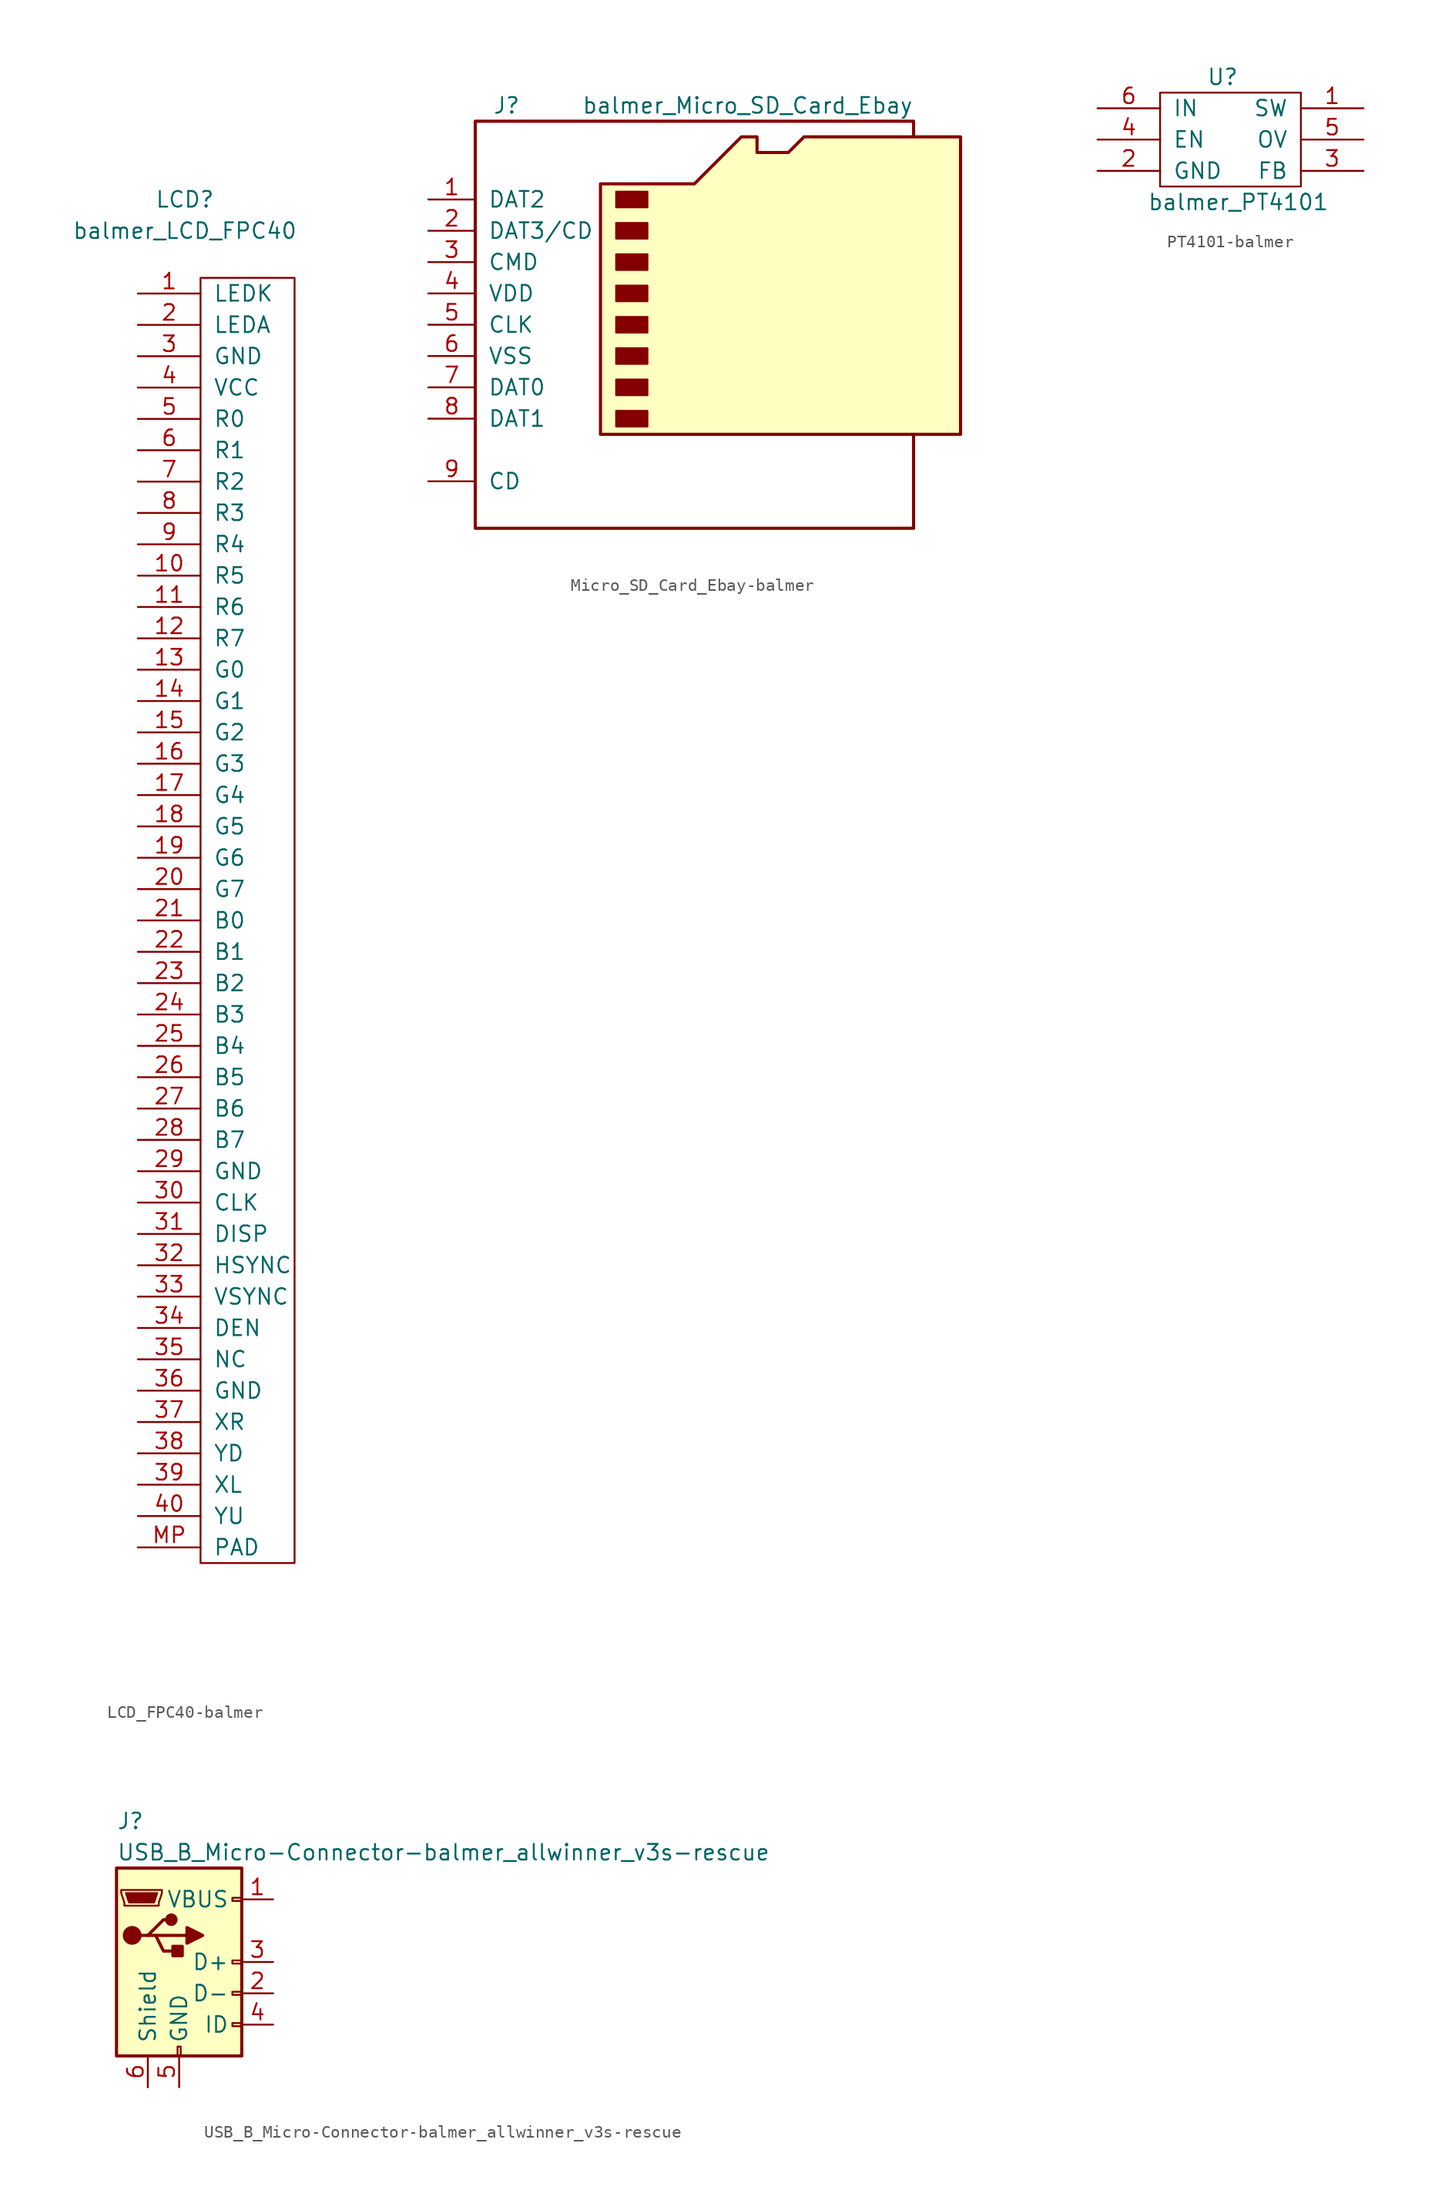
<source format=kicad_sym>
(kicad_symbol_lib
  (version 20231120)
  (generator "kicad_symbol_editor")
  (generator_version "8.0")
  (symbol "LCD_FPC40-balmer"
    (pin_names
      (offset 1.016))
    (property "Reference" "LCD"
      (at -3.81 54.61 0)
      (effects (font (size 1.27 1.27))))
    (property "Value" "balmer_LCD_FPC40"
      (at -3.81 52.07 0)
      (effects (font (size 1.27 1.27))))
    (symbol "LCD_FPC40-balmer_0_1"
      (rectangle (start -2.54 48.26) (end 5.08 -55.88) (stroke (width 0) (type solid)) (fill (type none))))
    (symbol "LCD_FPC40-balmer_1_1"
      (pin input line (at -7.62 46.99 0) (length 5.08) (name "LEDK" (effects (font (size 1.27 1.27)))) (number "1" (effects (font (size 1.27 1.27)))))
      (pin input line (at -7.62 24.13 0) (length 5.08) (name "R5" (effects (font (size 1.27 1.27)))) (number "10" (effects (font (size 1.27 1.27)))))
      (pin input line (at -7.62 21.59 0) (length 5.08) (name "R6" (effects (font (size 1.27 1.27)))) (number "11" (effects (font (size 1.27 1.27)))))
      (pin input line (at -7.62 19.05 0) (length 5.08) (name "R7" (effects (font (size 1.27 1.27)))) (number "12" (effects (font (size 1.27 1.27)))))
      (pin input line (at -7.62 16.51 0) (length 5.08) (name "G0" (effects (font (size 1.27 1.27)))) (number "13" (effects (font (size 1.27 1.27)))))
      (pin input line (at -7.62 13.97 0) (length 5.08) (name "G1" (effects (font (size 1.27 1.27)))) (number "14" (effects (font (size 1.27 1.27)))))
      (pin input line (at -7.62 11.43 0) (length 5.08) (name "G2" (effects (font (size 1.27 1.27)))) (number "15" (effects (font (size 1.27 1.27)))))
      (pin input line (at -7.62 8.89 0) (length 5.08) (name "G3" (effects (font (size 1.27 1.27)))) (number "16" (effects (font (size 1.27 1.27)))))
      (pin input line (at -7.62 6.35 0) (length 5.08) (name "G4" (effects (font (size 1.27 1.27)))) (number "17" (effects (font (size 1.27 1.27)))))
      (pin input line (at -7.62 3.81 0) (length 5.08) (name "G5" (effects (font (size 1.27 1.27)))) (number "18" (effects (font (size 1.27 1.27)))))
      (pin input line (at -7.62 1.27 0) (length 5.08) (name "G6" (effects (font (size 1.27 1.27)))) (number "19" (effects (font (size 1.27 1.27)))))
      (pin input line (at -7.62 44.45 0) (length 5.08) (name "LEDA" (effects (font (size 1.27 1.27)))) (number "2" (effects (font (size 1.27 1.27)))))
      (pin input line (at -7.62 -1.27 0) (length 5.08) (name "G7" (effects (font (size 1.27 1.27)))) (number "20" (effects (font (size 1.27 1.27)))))
      (pin input line (at -7.62 -3.81 0) (length 5.08) (name "B0" (effects (font (size 1.27 1.27)))) (number "21" (effects (font (size 1.27 1.27)))))
      (pin input line (at -7.62 -6.35 0) (length 5.08) (name "B1" (effects (font (size 1.27 1.27)))) (number "22" (effects (font (size 1.27 1.27)))))
      (pin input line (at -7.62 -8.89 0) (length 5.08) (name "B2" (effects (font (size 1.27 1.27)))) (number "23" (effects (font (size 1.27 1.27)))))
      (pin input line (at -7.62 -11.43 0) (length 5.08) (name "B3" (effects (font (size 1.27 1.27)))) (number "24" (effects (font (size 1.27 1.27)))))
      (pin input line (at -7.62 -13.97 0) (length 5.08) (name "B4" (effects (font (size 1.27 1.27)))) (number "25" (effects (font (size 1.27 1.27)))))
      (pin input line (at -7.62 -16.51 0) (length 5.08) (name "B5" (effects (font (size 1.27 1.27)))) (number "26" (effects (font (size 1.27 1.27)))))
      (pin input line (at -7.62 -19.05 0) (length 5.08) (name "B6" (effects (font (size 1.27 1.27)))) (number "27" (effects (font (size 1.27 1.27)))))
      (pin input line (at -7.62 -21.59 0) (length 5.08) (name "B7" (effects (font (size 1.27 1.27)))) (number "28" (effects (font (size 1.27 1.27)))))
      (pin input line (at -7.62 -24.13 0) (length 5.08) (name "GND" (effects (font (size 1.27 1.27)))) (number "29" (effects (font (size 1.27 1.27)))))
      (pin input line (at -7.62 41.91 0) (length 5.08) (name "GND" (effects (font (size 1.27 1.27)))) (number "3" (effects (font (size 1.27 1.27)))))
      (pin input line (at -7.62 -26.67 0) (length 5.08) (name "CLK" (effects (font (size 1.27 1.27)))) (number "30" (effects (font (size 1.27 1.27)))))
      (pin input line (at -7.62 -29.21 0) (length 5.08) (name "DISP" (effects (font (size 1.27 1.27)))) (number "31" (effects (font (size 1.27 1.27)))))
      (pin input line (at -7.62 -31.75 0) (length 5.08) (name "HSYNC" (effects (font (size 1.27 1.27)))) (number "32" (effects (font (size 1.27 1.27)))))
      (pin input line (at -7.62 -34.29 0) (length 5.08) (name "VSYNC" (effects (font (size 1.27 1.27)))) (number "33" (effects (font (size 1.27 1.27)))))
      (pin input line (at -7.62 -36.83 0) (length 5.08) (name "DEN" (effects (font (size 1.27 1.27)))) (number "34" (effects (font (size 1.27 1.27)))))
      (pin input line (at -7.62 -39.37 0) (length 5.08) (name "NC" (effects (font (size 1.27 1.27)))) (number "35" (effects (font (size 1.27 1.27)))))
      (pin input line (at -7.62 -41.91 0) (length 5.08) (name "GND" (effects (font (size 1.27 1.27)))) (number "36" (effects (font (size 1.27 1.27)))))
      (pin input line (at -7.62 -44.45 0) (length 5.08) (name "XR" (effects (font (size 1.27 1.27)))) (number "37" (effects (font (size 1.27 1.27)))))
      (pin input line (at -7.62 -46.99 0) (length 5.08) (name "YD" (effects (font (size 1.27 1.27)))) (number "38" (effects (font (size 1.27 1.27)))))
      (pin input line (at -7.62 -49.53 0) (length 5.08) (name "XL" (effects (font (size 1.27 1.27)))) (number "39" (effects (font (size 1.27 1.27)))))
      (pin input line (at -7.62 39.37 0) (length 5.08) (name "VCC" (effects (font (size 1.27 1.27)))) (number "4" (effects (font (size 1.27 1.27)))))
      (pin input line (at -7.62 -52.07 0) (length 5.08) (name "YU" (effects (font (size 1.27 1.27)))) (number "40" (effects (font (size 1.27 1.27)))))
      (pin input line (at -7.62 36.83 0) (length 5.08) (name "R0" (effects (font (size 1.27 1.27)))) (number "5" (effects (font (size 1.27 1.27)))))
      (pin input line (at -7.62 34.29 0) (length 5.08) (name "R1" (effects (font (size 1.27 1.27)))) (number "6" (effects (font (size 1.27 1.27)))))
      (pin input line (at -7.62 31.75 0) (length 5.08) (name "R2" (effects (font (size 1.27 1.27)))) (number "7" (effects (font (size 1.27 1.27)))))
      (pin input line (at -7.62 29.21 0) (length 5.08) (name "R3" (effects (font (size 1.27 1.27)))) (number "8" (effects (font (size 1.27 1.27)))))
      (pin input line (at -7.62 26.67 0) (length 5.08) (name "R4" (effects (font (size 1.27 1.27)))) (number "9" (effects (font (size 1.27 1.27)))))
      (pin input line (at -7.62 -54.61 0) (length 5.08) (name "PAD" (effects (font (size 1.27 1.27)))) (number "MP" (effects (font (size 1.27 1.27)))))))
  (symbol "Micro_SD_Card_Ebay-balmer"
    (pin_names
      (offset 1.016))
    (property "Reference" "J"
      (at -16.51 17.78 0)
      (effects (font (size 1.27 1.27))))
    (property "Value" "balmer_Micro_SD_Card_Ebay"
      (at 16.51 17.78 0)
      (effects (font (size 1.27 1.27)) (justify right)))
    (symbol "Micro_SD_Card_Ebay-balmer_0_1"
      (rectangle (start -7.62 -6.985) (end -5.08 -8.255) (stroke (width 0) (type solid)) (fill (type outline)))
      (rectangle (start -7.62 -4.445) (end -5.08 -5.715) (stroke (width 0) (type solid)) (fill (type outline)))
      (rectangle (start -7.62 -1.905) (end -5.08 -3.175) (stroke (width 0) (type solid)) (fill (type outline)))
      (rectangle (start -7.62 0.635) (end -5.08 -0.635) (stroke (width 0) (type solid)) (fill (type outline)))
      (rectangle (start -7.62 3.175) (end -5.08 1.905) (stroke (width 0) (type solid)) (fill (type outline)))
      (rectangle (start -7.62 5.715) (end -5.08 4.445) (stroke (width 0) (type solid)) (fill (type outline)))
      (rectangle (start -7.62 8.255) (end -5.08 6.985) (stroke (width 0) (type solid)) (fill (type outline)))
      (rectangle (start -7.62 10.795) (end -5.08 9.525) (stroke (width 0) (type solid)) (fill (type outline)))
      (polyline (pts (xy 16.51 15.24) (xy 16.51 16.51) (xy -19.05 16.51) (xy -19.05 -16.51) (xy 16.51 -16.51) (xy 16.51 -8.89)) (stroke (width 0.254) (type solid)) (fill (type none)))
      (polyline (pts (xy -8.89 -8.89) (xy -8.89 11.43) (xy -1.27 11.43) (xy 2.54 15.24) (xy 3.81 15.24) (xy 3.81 13.97) (xy 6.35 13.97) (xy 7.62 15.24) (xy 20.32 15.24) (xy 20.32 -8.89) (xy -8.89 -8.89)) (stroke (width 0.254) (type solid)) (fill (type background))))
    (symbol "Micro_SD_Card_Ebay-balmer_1_1"
      (pin bidirectional line (at -22.86 10.16 0) (length 3.81) (name "DAT2" (effects (font (size 1.27 1.27)))) (number "1" (effects (font (size 1.27 1.27)))))
      (pin bidirectional line (at -22.86 7.62 0) (length 3.81) (name "DAT3/CD" (effects (font (size 1.27 1.27)))) (number "2" (effects (font (size 1.27 1.27)))))
      (pin input line (at -22.86 5.08 0) (length 3.81) (name "CMD" (effects (font (size 1.27 1.27)))) (number "3" (effects (font (size 1.27 1.27)))))
      (pin power_in line (at -22.86 2.54 0) (length 3.81) (name "VDD" (effects (font (size 1.27 1.27)))) (number "4" (effects (font (size 1.27 1.27)))))
      (pin input line (at -22.86 0 0) (length 3.81) (name "CLK" (effects (font (size 1.27 1.27)))) (number "5" (effects (font (size 1.27 1.27)))))
      (pin power_in line (at -22.86 -2.54 0) (length 3.81) (name "VSS" (effects (font (size 1.27 1.27)))) (number "6" (effects (font (size 1.27 1.27)))))
      (pin bidirectional line (at -22.86 -5.08 0) (length 3.81) (name "DAT0" (effects (font (size 1.27 1.27)))) (number "7" (effects (font (size 1.27 1.27)))))
      (pin bidirectional line (at -22.86 -7.62 0) (length 3.81) (name "DAT1" (effects (font (size 1.27 1.27)))) (number "8" (effects (font (size 1.27 1.27)))))
      (pin passive line (at -22.86 -12.7 0) (length 3.81) (name "CD" (effects (font (size 1.27 1.27)))) (number "9" (effects (font (size 1.27 1.27)))))))
  (symbol "PT4101-balmer"
    (pin_names
      (offset 1.016))
    (property "Reference" "U"
      (at -1.27 3.81 0)
      (effects (font (size 1.27 1.27))))
    (property "Value" "balmer_PT4101"
      (at 0 -6.35 0)
      (effects (font (size 1.27 1.27))))
    (symbol "PT4101-balmer_0_1"
      (rectangle (start -6.35 2.54) (end 5.08 -5.08) (stroke (width 0) (type solid)) (fill (type none))))
    (symbol "PT4101-balmer_1_1"
      (pin input line (at 10.16 1.27 180) (length 5.08) (name "SW" (effects (font (size 1.27 1.27)))) (number "1" (effects (font (size 1.27 1.27)))))
      (pin input line (at -11.43 -3.81 0) (length 5.08) (name "GND" (effects (font (size 1.27 1.27)))) (number "2" (effects (font (size 1.27 1.27)))))
      (pin input line (at 10.16 -3.81 180) (length 5.08) (name "FB" (effects (font (size 1.27 1.27)))) (number "3" (effects (font (size 1.27 1.27)))))
      (pin input line (at -11.43 -1.27 0) (length 5.08) (name "EN" (effects (font (size 1.27 1.27)))) (number "4" (effects (font (size 1.27 1.27)))))
      (pin input line (at 10.16 -1.27 180) (length 5.08) (name "OV" (effects (font (size 1.27 1.27)))) (number "5" (effects (font (size 1.27 1.27)))))
      (pin input line (at -11.43 1.27 0) (length 5.08) (name "IN" (effects (font (size 1.27 1.27)))) (number "6" (effects (font (size 1.27 1.27)))))))
  (symbol "USB_B_Micro-Connector-balmer_allwinner_v3s-rescue"
    (pin_names
      (offset 1.016))
    (property "Reference" "J"
      (at -5.08 11.43 0)
      (effects (font (size 1.27 1.27)) (justify left)))
    (property "Value" "USB_B_Micro-Connector-balmer_allwinner_v3s-rescue"
      (at -5.08 8.89 0)
      (effects (font (size 1.27 1.27)) (justify left)))
    (symbol "USB_B_Micro-Connector-balmer_allwinner_v3s-rescue_0_1"
      (rectangle (start -5.08 -7.62) (end 5.08 7.62) (stroke (width 0.254) (type solid)) (fill (type background)))
      (circle (center -3.81 2.159) (radius 0.635) (stroke (width 0.254) (type solid)) (fill (type outline)))
      (circle (center -0.635 3.429) (radius 0.381) (stroke (width 0.254) (type solid)) (fill (type outline)))
      (rectangle (start -0.127 -7.62) (end 0.127 -6.858) (stroke (width 0) (type solid)) (fill (type none)))
      (polyline (pts (xy -1.905 2.159) (xy 0.635 2.159)) (stroke (width 0.254) (type solid)) (fill (type none)))
      (polyline (pts (xy -3.175 2.159) (xy -2.54 2.159) (xy -1.27 3.429) (xy -0.635 3.429)) (stroke (width 0.254) (type solid)) (fill (type none)))
      (polyline (pts (xy -2.54 2.159) (xy -1.905 2.159) (xy -1.27 0.889) (xy 0 0.889)) (stroke (width 0.254) (type solid)) (fill (type none)))
      (polyline (pts (xy 0.635 2.794) (xy 0.635 1.524) (xy 1.905 2.159) (xy 0.635 2.794)) (stroke (width 0.254) (type solid)) (fill (type outline)))
      (polyline (pts (xy -4.318 5.588) (xy -1.778 5.588) (xy -2.032 4.826) (xy -4.064 4.826) (xy -4.318 5.588)) (stroke (width 0) (type solid)) (fill (type outline)))
      (polyline (pts (xy -4.699 5.842) (xy -4.699 5.588) (xy -4.445 4.826) (xy -4.445 4.572) (xy -1.651 4.572) (xy -1.651 4.826) (xy -1.397 5.588) (xy -1.397 5.842) (xy -4.699 5.842)) (stroke (width 0) (type solid)) (fill (type none)))
      (rectangle (start 0.254 1.27) (end -0.508 0.508) (stroke (width 0.254) (type solid)) (fill (type outline)))
      (rectangle (start 5.08 -5.207) (end 4.318 -4.953) (stroke (width 0) (type solid)) (fill (type none)))
      (rectangle (start 5.08 -2.667) (end 4.318 -2.413) (stroke (width 0) (type solid)) (fill (type none)))
      (rectangle (start 5.08 -0.127) (end 4.318 0.127) (stroke (width 0) (type solid)) (fill (type none)))
      (rectangle (start 5.08 4.953) (end 4.318 5.207) (stroke (width 0) (type solid)) (fill (type none))))
    (symbol "USB_B_Micro-Connector-balmer_allwinner_v3s-rescue_1_1"
      (pin power_out line (at 7.62 5.08 180) (length 2.54) (name "VBUS" (effects (font (size 1.27 1.27)))) (number "1" (effects (font (size 1.27 1.27)))))
      (pin passive line (at 7.62 -2.54 180) (length 2.54) (name "D-" (effects (font (size 1.27 1.27)))) (number "2" (effects (font (size 1.27 1.27)))))
      (pin passive line (at 7.62 0 180) (length 2.54) (name "D+" (effects (font (size 1.27 1.27)))) (number "3" (effects (font (size 1.27 1.27)))))
      (pin passive line (at 7.62 -5.08 180) (length 2.54) (name "ID" (effects (font (size 1.27 1.27)))) (number "4" (effects (font (size 1.27 1.27)))))
      (pin power_out line (at 0 -10.16 90) (length 2.54) (name "GND" (effects (font (size 1.27 1.27)))) (number "5" (effects (font (size 1.27 1.27)))))
      (pin passive line (at -2.54 -10.16 90) (length 2.54) (name "Shield" (effects (font (size 1.27 1.27)))) (number "6" (effects (font (size 1.27 1.27))))))))
</source>
